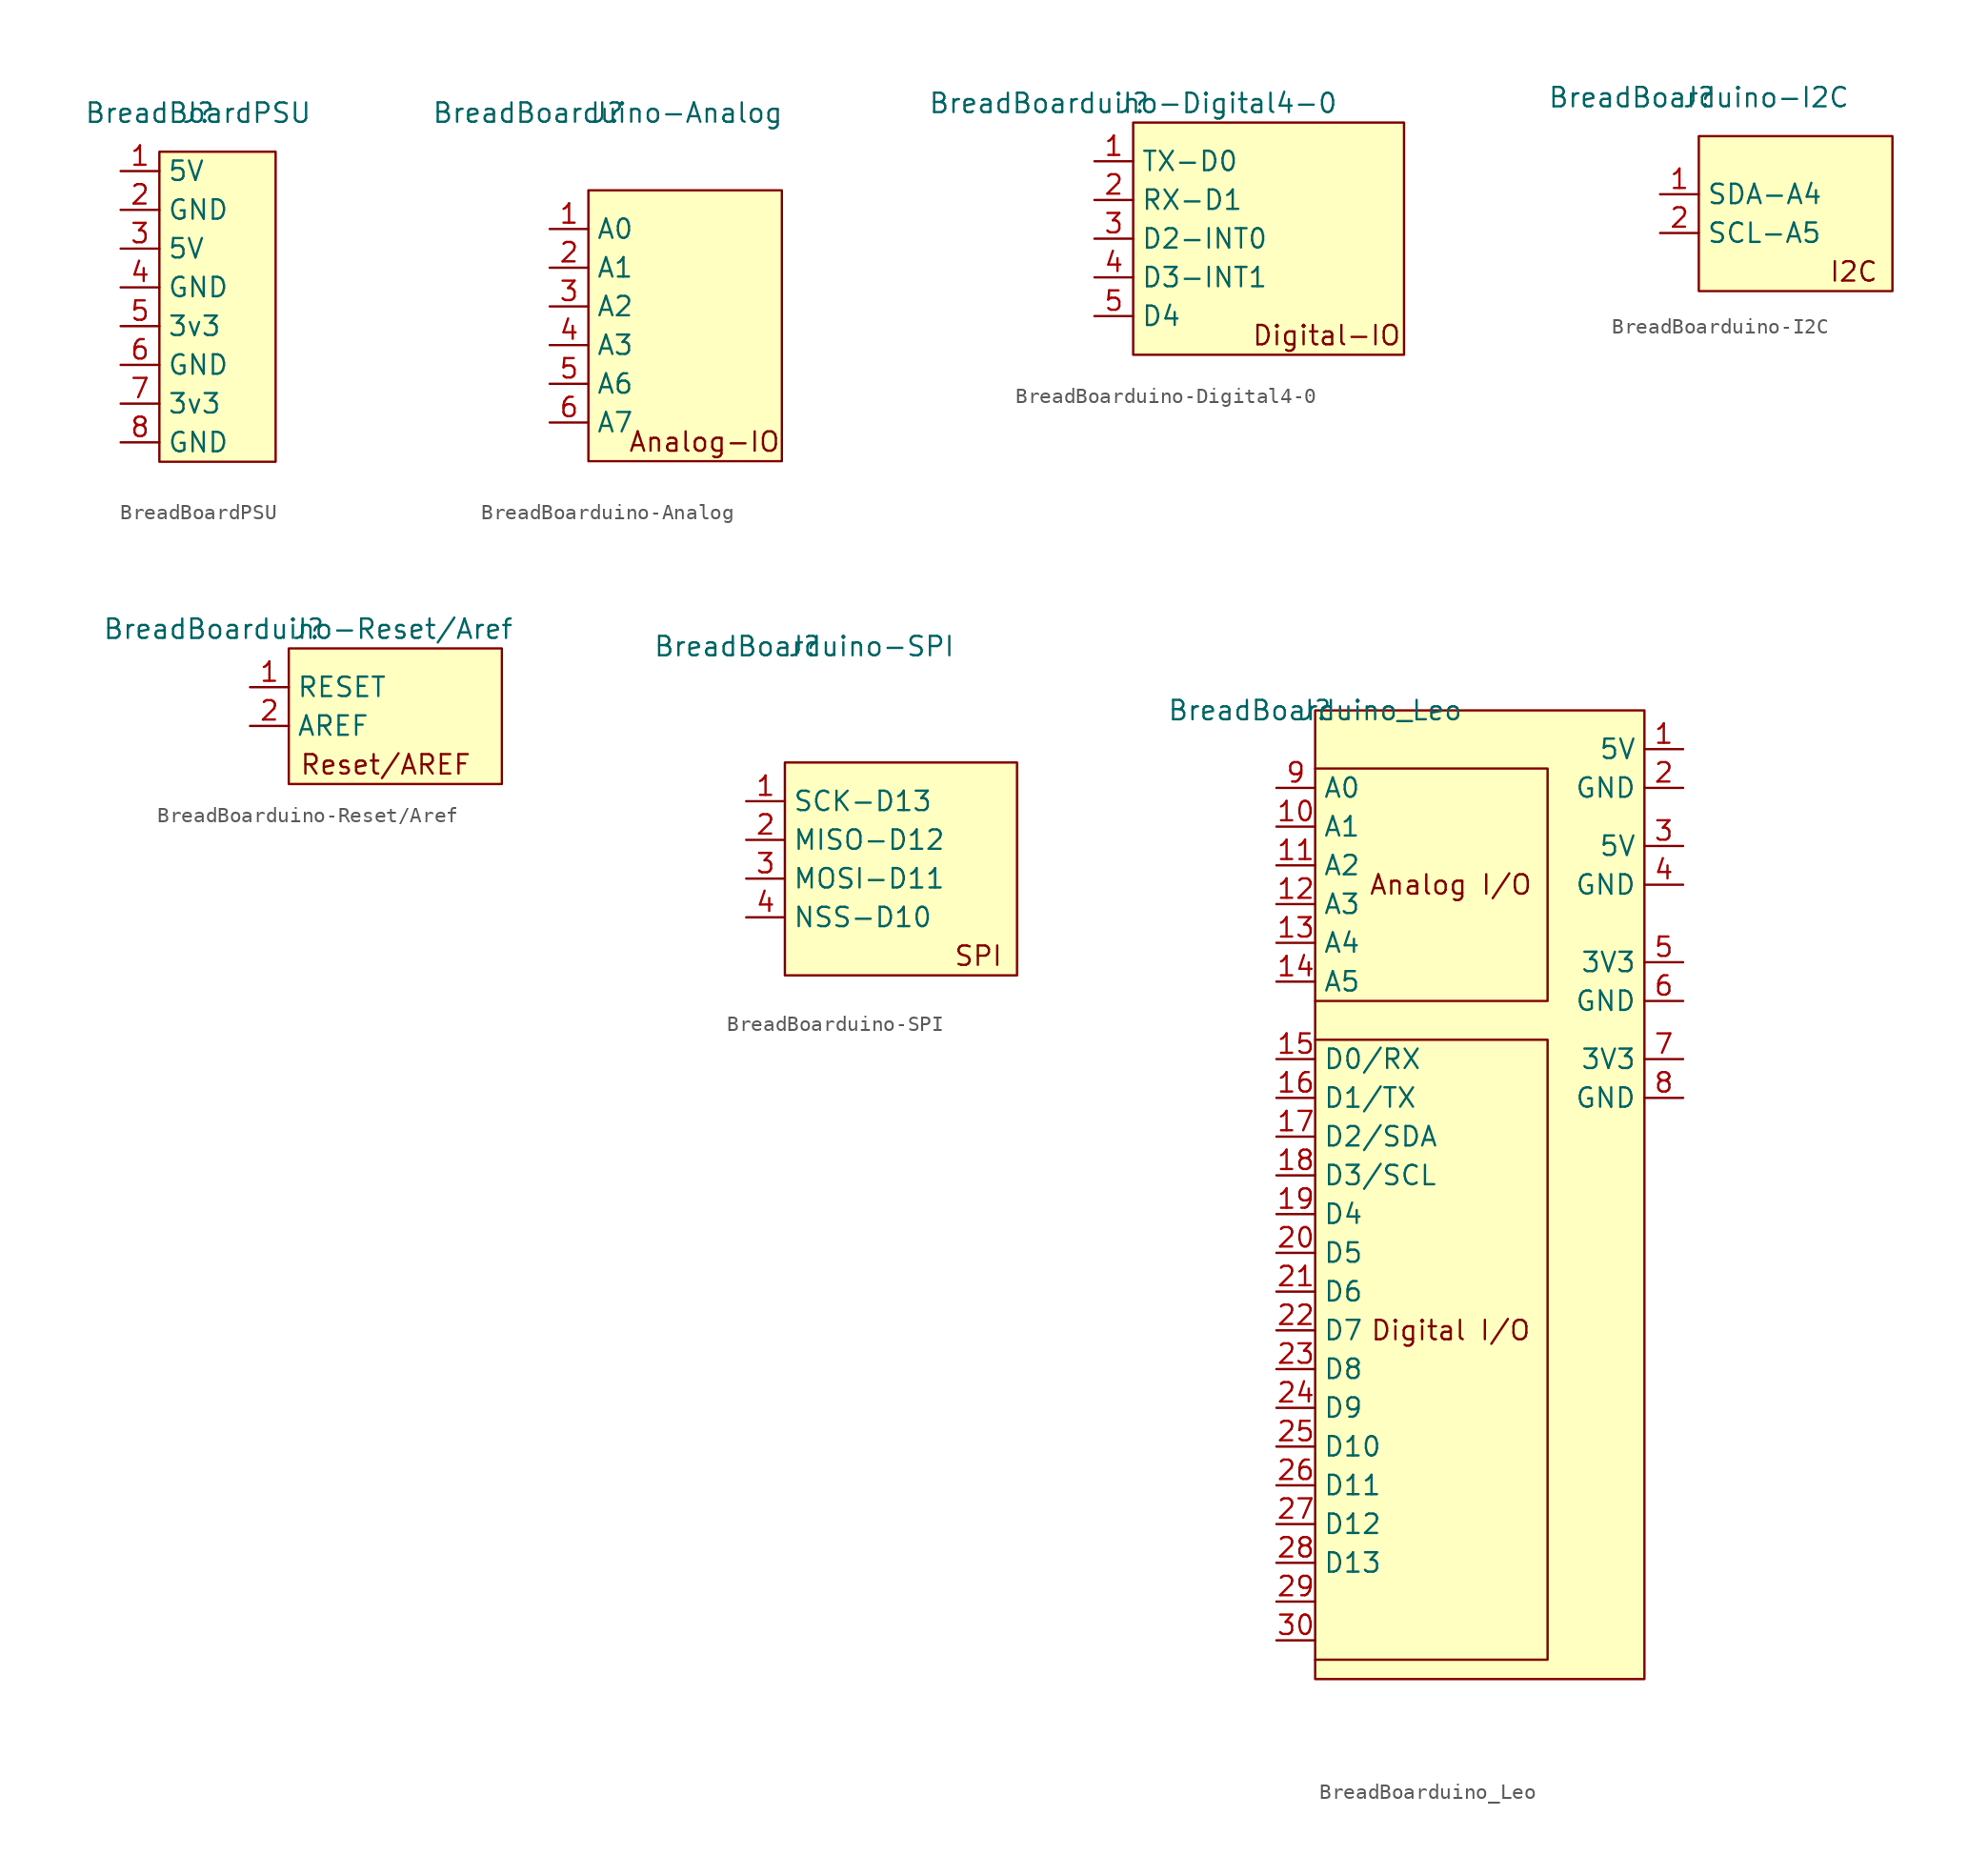
<source format=kicad_sym>
(kicad_symbol_lib
  (version 20231120)
  (generator "kicad_symbol_editor")
  (generator_version "8.0")
  (symbol "BreadBoardPSU"
    (property "Reference" "J"
      (at 0 0 0)
      (effects (font (size 1.27 1.27))))
    (property "Value" "BreadBoardPSU"
      (at 0 0 0)
      (effects (font (size 1.27 1.27))))
    (symbol "BreadBoardPSU_0_1"
      (rectangle (start -2.54 -2.54) (end 5.08 -22.86) (stroke (width 0) (type default)) (fill (type background))))
    (symbol "BreadBoardPSU_1_1"
      (pin input line (at -5.08 -3.81 0) (length 2.54) (name "5V" (effects (font (size 1.27 1.27)))) (number "1" (effects (font (size 1.27 1.27)))))
      (pin input line (at -5.08 -6.35 0) (length 2.54) (name "GND" (effects (font (size 1.27 1.27)))) (number "2" (effects (font (size 1.27 1.27)))))
      (pin input line (at -5.08 -8.89 0) (length 2.54) (name "5V" (effects (font (size 1.27 1.27)))) (number "3" (effects (font (size 1.27 1.27)))))
      (pin input line (at -5.08 -11.43 0) (length 2.54) (name "GND" (effects (font (size 1.27 1.27)))) (number "4" (effects (font (size 1.27 1.27)))))
      (pin input line (at -5.08 -13.97 0) (length 2.54) (name "3v3" (effects (font (size 1.27 1.27)))) (number "5" (effects (font (size 1.27 1.27)))))
      (pin input line (at -5.08 -16.51 0) (length 2.54) (name "GND" (effects (font (size 1.27 1.27)))) (number "6" (effects (font (size 1.27 1.27)))))
      (pin input line (at -5.08 -19.05 0) (length 2.54) (name "3v3" (effects (font (size 1.27 1.27)))) (number "7" (effects (font (size 1.27 1.27)))))
      (pin input line (at -5.08 -21.59 0) (length 2.54) (name "GND" (effects (font (size 1.27 1.27)))) (number "8" (effects (font (size 1.27 1.27)))))))
  (symbol "BreadBoarduino-Analog"
    (property "Reference" "J"
      (at 0 0 0)
      (effects (font (size 1.27 1.27))))
    (property "Value" "BreadBoarduino-Analog"
      (at 0 0 0)
      (effects (font (size 1.27 1.27))))
    (symbol "BreadBoarduino-Analog_0_0"
      (rectangle (start -1.27 -5.08) (end 11.43 -22.86) (stroke (width 0) (type default)) (fill (type background)))
      (text "Analog-IO" (at 6.35 -21.59 0) (effects (font (size 1.27 1.27)))))
    (symbol "BreadBoarduino-Analog_1_1"
      (pin input line (at -3.81 -7.62 0) (length 2.54) (name "A0" (effects (font (size 1.27 1.27)))) (number "1" (effects (font (size 1.27 1.27)))))
      (pin input line (at -3.81 -10.16 0) (length 2.54) (name "A1" (effects (font (size 1.27 1.27)))) (number "2" (effects (font (size 1.27 1.27)))))
      (pin input line (at -3.81 -12.7 0) (length 2.54) (name "A2" (effects (font (size 1.27 1.27)))) (number "3" (effects (font (size 1.27 1.27)))))
      (pin input line (at -3.81 -15.24 0) (length 2.54) (name "A3" (effects (font (size 1.27 1.27)))) (number "4" (effects (font (size 1.27 1.27)))))
      (pin input line (at -3.81 -17.78 0) (length 2.54) (name "A6" (effects (font (size 1.27 1.27)))) (number "5" (effects (font (size 1.27 1.27)))))
      (pin input line (at -3.81 -20.32 0) (length 2.54) (name "A7" (effects (font (size 1.27 1.27)))) (number "6" (effects (font (size 1.27 1.27)))))))
  (symbol "BreadBoarduino-Digital4-0"
    (property "Reference" "J"
      (at 0 0 0)
      (effects (font (size 1.27 1.27))))
    (property "Value" "BreadBoarduino-Digital4-0"
      (at 0 0 0)
      (effects (font (size 1.27 1.27))))
    (symbol "BreadBoarduino-Digital4-0_0_0"
      (rectangle (start 0 -1.27) (end 17.78 -16.51) (stroke (width 0) (type default)) (fill (type background)))
      (text "Digital-IO" (at 12.7 -15.24 0) (effects (font (size 1.27 1.27)))))
    (symbol "BreadBoarduino-Digital4-0_1_1"
      (pin input line (at -2.54 -3.81 0) (length 2.54) (name "TX-D0" (effects (font (size 1.27 1.27)))) (number "1" (effects (font (size 1.27 1.27)))))
      (pin input line (at -2.54 -6.35 0) (length 2.54) (name "RX-D1" (effects (font (size 1.27 1.27)))) (number "2" (effects (font (size 1.27 1.27)))))
      (pin input line (at -2.54 -8.89 0) (length 2.54) (name "D2-INT0" (effects (font (size 1.27 1.27)))) (number "3" (effects (font (size 1.27 1.27)))))
      (pin input line (at -2.54 -11.43 0) (length 2.54) (name "D3-INT1" (effects (font (size 1.27 1.27)))) (number "4" (effects (font (size 1.27 1.27)))))
      (pin input line (at -2.54 -13.97 0) (length 2.54) (name "D4" (effects (font (size 1.27 1.27)))) (number "5" (effects (font (size 1.27 1.27)))))))
  (symbol "BreadBoarduino-I2C"
    (property "Reference" "J"
      (at 0 0 0)
      (effects (font (size 1.27 1.27))))
    (property "Value" "BreadBoarduino-I2C"
      (at 0 0 0)
      (effects (font (size 1.27 1.27))))
    (symbol "BreadBoarduino-I2C_0_0"
      (rectangle (start 0 -2.54) (end 12.7 -12.7) (stroke (width 0) (type default)) (fill (type background)))
      (text "I2C" (at 10.16 -11.43 0) (effects (font (size 1.27 1.27)))))
    (symbol "BreadBoarduino-I2C_1_1"
      (pin input line (at -2.54 -6.35 0) (length 2.54) (name "SDA-A4" (effects (font (size 1.27 1.27)))) (number "1" (effects (font (size 1.27 1.27)))))
      (pin input line (at -2.54 -8.89 0) (length 2.54) (name "SCL-A5" (effects (font (size 1.27 1.27)))) (number "2" (effects (font (size 1.27 1.27)))))))
  (symbol "BreadBoarduino-Reset/Aref"
    (property "Reference" "J"
      (at 0 0 0)
      (effects (font (size 1.27 1.27))))
    (property "Value" "BreadBoarduino-Reset{slash}Aref"
      (at 0 0 0)
      (effects (font (size 1.27 1.27))))
    (symbol "BreadBoarduino-Reset/Aref_0_0"
      (rectangle (start -1.27 -1.27) (end 12.7 -10.16) (stroke (width 0) (type default)) (fill (type background)))
      (text "Reset/AREF" (at 5.08 -8.89 0) (effects (font (size 1.27 1.27)))))
    (symbol "BreadBoarduino-Reset/Aref_1_1"
      (pin input line (at -3.81 -3.81 0) (length 2.54) (name "RESET" (effects (font (size 1.27 1.27)))) (number "1" (effects (font (size 1.27 1.27)))))
      (pin input line (at -3.81 -6.35 0) (length 2.54) (name "AREF" (effects (font (size 1.27 1.27)))) (number "2" (effects (font (size 1.27 1.27)))))))
  (symbol "BreadBoarduino-SPI"
    (property "Reference" "J"
      (at 0 0 0)
      (effects (font (size 1.27 1.27))))
    (property "Value" "BreadBoarduino-SPI"
      (at 0 0 0)
      (effects (font (size 1.27 1.27))))
    (symbol "BreadBoarduino-SPI_0_0"
      (text "SPI" (at 11.43 -20.32 0) (effects (font (size 1.27 1.27)))))
    (symbol "BreadBoarduino-SPI_1_0"
      (rectangle (start -1.27 -7.62) (end 13.97 -21.59) (stroke (width 0) (type default)) (fill (type background))))
    (symbol "BreadBoarduino-SPI_1_1"
      (pin input line (at -3.81 -10.16 0) (length 2.54) (name "SCK-D13" (effects (font (size 1.27 1.27)))) (number "1" (effects (font (size 1.27 1.27)))))
      (pin input line (at -3.81 -12.7 0) (length 2.54) (name "MISO-D12" (effects (font (size 1.27 1.27)))) (number "2" (effects (font (size 1.27 1.27)))))
      (pin input line (at -3.81 -15.24 0) (length 2.54) (name "MOSI-D11" (effects (font (size 1.27 1.27)))) (number "3" (effects (font (size 1.27 1.27)))))
      (pin input line (at -3.81 -17.78 0) (length 2.54) (name "NSS-D10" (effects (font (size 1.27 1.27)))) (number "4" (effects (font (size 1.27 1.27)))))))
  (symbol "BreadBoarduino_Leo"
    (property "Reference" "J"
      (at 0 0 0)
      (effects (font (size 1.27 1.27))))
    (property "Value" "BreadBoarduino_Leo"
      (at 0 0 0)
      (effects (font (size 1.27 1.27))))
    (symbol "BreadBoarduino_Leo_0_0"
      (polyline (pts (xy 0 -21.59) (xy 15.24 -21.59) (xy 15.24 -62.23) (xy 0 -62.23)) (stroke (width 0) (type default)) (fill (type none)))
      (polyline (pts (xy 0 -19.05) (xy 15.24 -19.05) (xy 15.24 -3.81) (xy 0 -3.81)) (stroke (width 0) (type default)) (fill (type none)))
      (text "Analog I/O" (at 8.89 -11.43 0) (effects (font (size 1.27 1.27))))
      (text "Digital I/O" (at 8.89 -40.64 0) (effects (font (size 1.27 1.27)))))
    (symbol "BreadBoarduino_Leo_0_1"
      (rectangle (start 0 0) (end 21.59 -63.5) (stroke (width 0) (type default)) (fill (type background))))
    (symbol "BreadBoarduino_Leo_1_1"
      (pin input line (at 24.13 -2.54 180) (length 2.54) (name "5V" (effects (font (size 1.27 1.27)))) (number "1" (effects (font (size 1.27 1.27)))))
      (pin input line (at -2.54 -7.62 0) (length 2.54) (name "A1" (effects (font (size 1.27 1.27)))) (number "10" (effects (font (size 1.27 1.27)))))
      (pin input line (at -2.54 -10.16 0) (length 2.54) (name "A2" (effects (font (size 1.27 1.27)))) (number "11" (effects (font (size 1.27 1.27)))))
      (pin input line (at -2.54 -12.7 0) (length 2.54) (name "A3" (effects (font (size 1.27 1.27)))) (number "12" (effects (font (size 1.27 1.27)))))
      (pin input line (at -2.54 -15.24 0) (length 2.54) (name "A4" (effects (font (size 1.27 1.27)))) (number "13" (effects (font (size 1.27 1.27)))))
      (pin input line (at -2.54 -17.78 0) (length 2.54) (name "A5" (effects (font (size 1.27 1.27)))) (number "14" (effects (font (size 1.27 1.27)))))
      (pin input line (at -2.54 -22.86 0) (length 2.54) (name "D0/RX" (effects (font (size 1.27 1.27)))) (number "15" (effects (font (size 1.27 1.27)))))
      (pin input line (at -2.54 -25.4 0) (length 2.54) (name "D1/TX" (effects (font (size 1.27 1.27)))) (number "16" (effects (font (size 1.27 1.27)))))
      (pin input line (at -2.54 -27.94 0) (length 2.54) (name "D2/SDA" (effects (font (size 1.27 1.27)))) (number "17" (effects (font (size 1.27 1.27)))))
      (pin input line (at -2.54 -30.48 0) (length 2.54) (name "D3/SCL" (effects (font (size 1.27 1.27)))) (number "18" (effects (font (size 1.27 1.27)))))
      (pin input line (at -2.54 -33.02 0) (length 2.54) (name "D4" (effects (font (size 1.27 1.27)))) (number "19" (effects (font (size 1.27 1.27)))))
      (pin input line (at 24.13 -5.08 180) (length 2.54) (name "GND" (effects (font (size 1.27 1.27)))) (number "2" (effects (font (size 1.27 1.27)))))
      (pin input line (at -2.54 -35.56 0) (length 2.54) (name "D5" (effects (font (size 1.27 1.27)))) (number "20" (effects (font (size 1.27 1.27)))))
      (pin input line (at -2.54 -38.1 0) (length 2.54) (name "D6" (effects (font (size 1.27 1.27)))) (number "21" (effects (font (size 1.27 1.27)))))
      (pin input line (at -2.54 -40.64 0) (length 2.54) (name "D7" (effects (font (size 1.27 1.27)))) (number "22" (effects (font (size 1.27 1.27)))))
      (pin input line (at -2.54 -43.18 0) (length 2.54) (name "D8" (effects (font (size 1.27 1.27)))) (number "23" (effects (font (size 1.27 1.27)))))
      (pin input line (at -2.54 -45.72 0) (length 2.54) (name "D9" (effects (font (size 1.27 1.27)))) (number "24" (effects (font (size 1.27 1.27)))))
      (pin input line (at -2.54 -48.26 0) (length 2.54) (name "D10" (effects (font (size 1.27 1.27)))) (number "25" (effects (font (size 1.27 1.27)))))
      (pin input line (at -2.54 -50.8 0) (length 2.54) (name "D11" (effects (font (size 1.27 1.27)))) (number "26" (effects (font (size 1.27 1.27)))))
      (pin input line (at -2.54 -53.34 0) (length 2.54) (name "D12" (effects (font (size 1.27 1.27)))) (number "27" (effects (font (size 1.27 1.27)))))
      (pin input line (at -2.54 -55.88 0) (length 2.54) (name "D13" (effects (font (size 1.27 1.27)))) (number "28" (effects (font (size 1.27 1.27)))))
      (pin input line (at -2.54 -58.42 0) (length 2.54) (name "" (effects (font (size 1.27 1.27)))) (number "29" (effects (font (size 1.27 1.27)))))
      (pin input line (at 24.13 -8.89 180) (length 2.54) (name "5V" (effects (font (size 1.27 1.27)))) (number "3" (effects (font (size 1.27 1.27)))))
      (pin input line (at -2.54 -60.96 0) (length 2.54) (name "" (effects (font (size 1.27 1.27)))) (number "30" (effects (font (size 1.27 1.27)))))
      (pin input line (at 24.13 -11.43 180) (length 2.54) (name "GND" (effects (font (size 1.27 1.27)))) (number "4" (effects (font (size 1.27 1.27)))))
      (pin input line (at 24.13 -16.51 180) (length 2.54) (name "3V3" (effects (font (size 1.27 1.27)))) (number "5" (effects (font (size 1.27 1.27)))))
      (pin input line (at 24.13 -19.05 180) (length 2.54) (name "GND" (effects (font (size 1.27 1.27)))) (number "6" (effects (font (size 1.27 1.27)))))
      (pin input line (at 24.13 -22.86 180) (length 2.54) (name "3V3" (effects (font (size 1.27 1.27)))) (number "7" (effects (font (size 1.27 1.27)))))
      (pin input line (at 24.13 -25.4 180) (length 2.54) (name "GND" (effects (font (size 1.27 1.27)))) (number "8" (effects (font (size 1.27 1.27)))))
      (pin input line (at -2.54 -5.08 0) (length 2.54) (name "A0" (effects (font (size 1.27 1.27)))) (number "9" (effects (font (size 1.27 1.27))))))))
</source>
